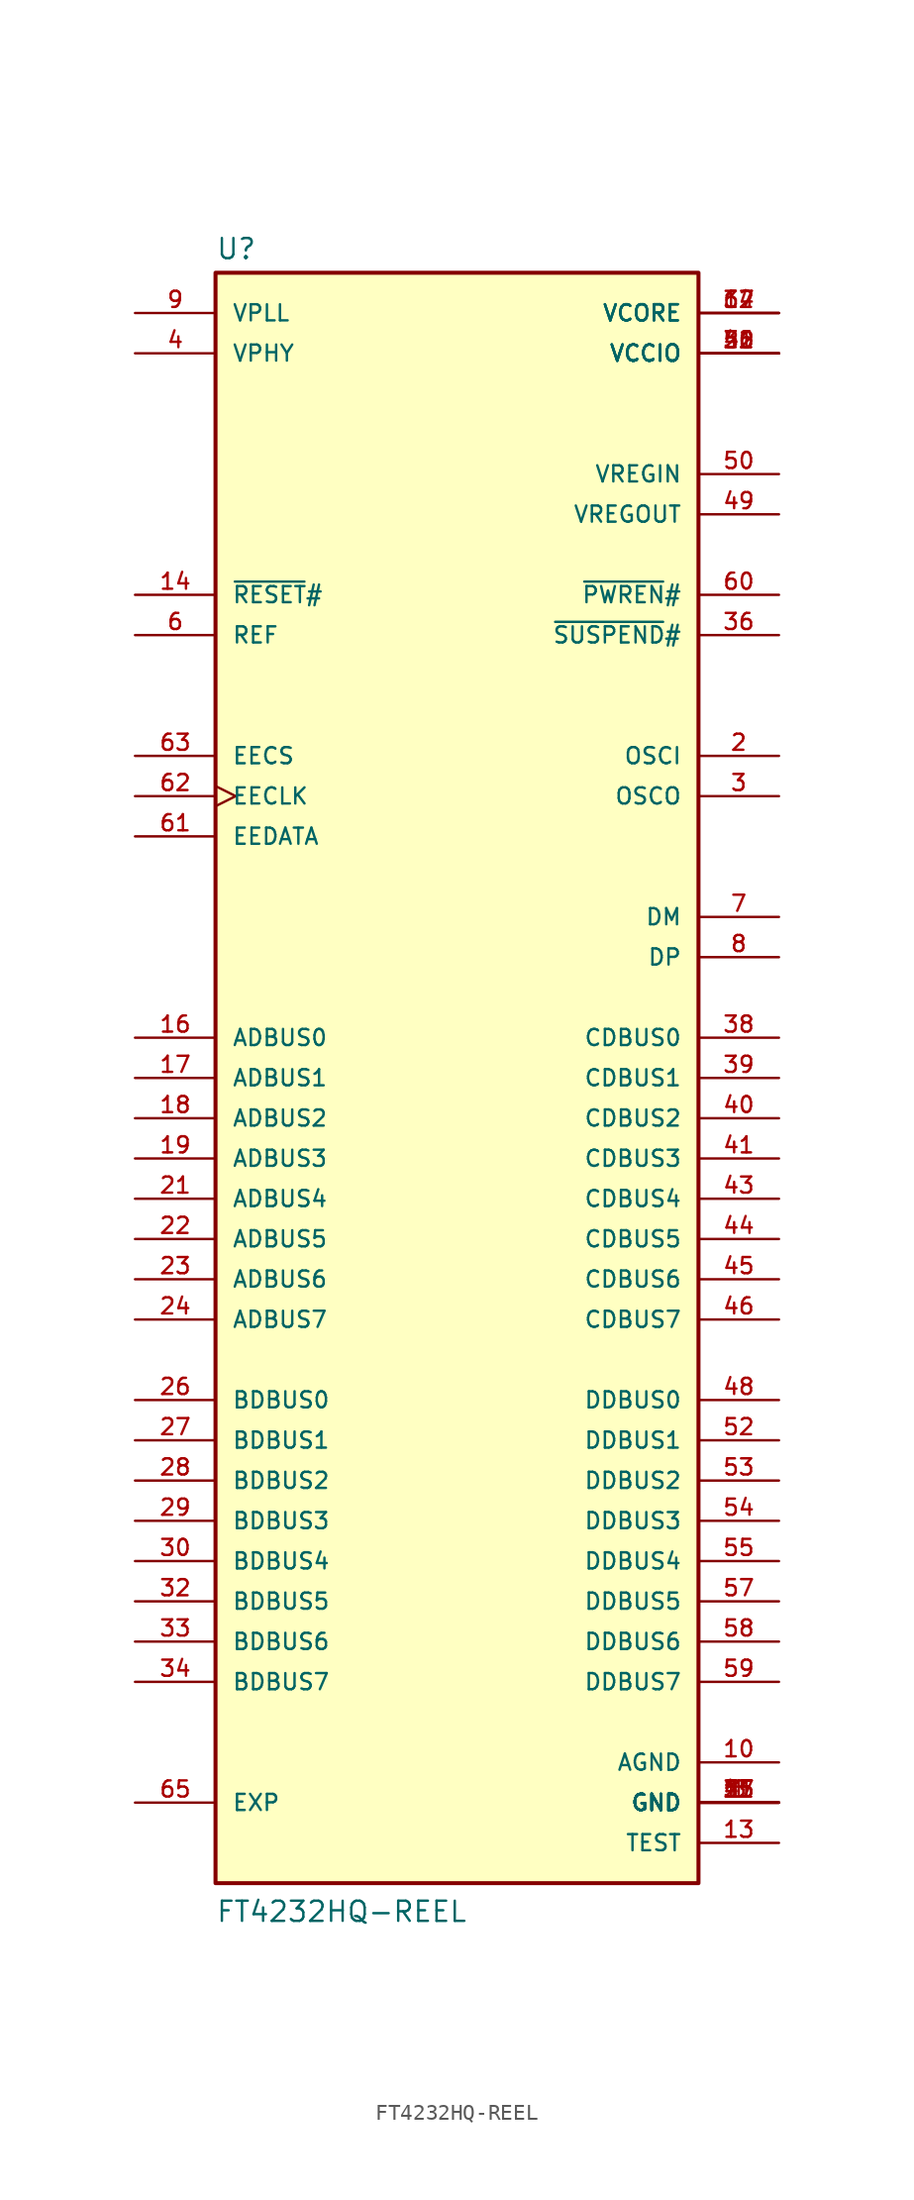
<source format=kicad_sym>
(kicad_symbol_lib
  (version 20241209)
  (generator "kicad_symbol_editor")
  (generator_version "9.0")
  (symbol "FT4232HQ-REEL"
    (pin_names
      (offset 1.016))
    (property "Reference" "U"
      (at -15.24 51.562 0)
      (effects (font (size 1.27 1.27)) (justify left bottom)))
    (property "Value" "FT4232HQ-REEL"
      (at -15.24 -53.34 0)
      (effects (font (size 1.27 1.27)) (justify left bottom)))
    (symbol "FT4232HQ-REEL_0_0"
      (rectangle (start -15.24 -50.8) (end 15.24 50.8) (stroke (width 0.254) (type default)) (fill (type background)))
      (pin power_in line (at -20.32 48.26 0) (length 5.08) (name "VPLL" (effects (font (size 1.016 1.016)))) (number "9" (effects (font (size 1.016 1.016)))))
      (pin power_in line (at -20.32 45.72 0) (length 5.08) (name "VPHY" (effects (font (size 1.016 1.016)))) (number "4" (effects (font (size 1.016 1.016)))))
      (pin input line (at -20.32 30.48 0) (length 5.08) (name "~{RESET}#" (effects (font (size 1.016 1.016)))) (number "14" (effects (font (size 1.016 1.016)))))
      (pin input line (at -20.32 27.94 0) (length 5.08) (name "REF" (effects (font (size 1.016 1.016)))) (number "6" (effects (font (size 1.016 1.016)))))
      (pin bidirectional line (at -20.32 20.32 0) (length 5.08) (name "EECS" (effects (font (size 1.016 1.016)))) (number "63" (effects (font (size 1.016 1.016)))))
      (pin output clock (at -20.32 17.78 0) (length 5.08) (name "EECLK" (effects (font (size 1.016 1.016)))) (number "62" (effects (font (size 1.016 1.016)))))
      (pin bidirectional line (at -20.32 15.24 0) (length 5.08) (name "EEDATA" (effects (font (size 1.016 1.016)))) (number "61" (effects (font (size 1.016 1.016)))))
      (pin bidirectional line (at -20.32 2.54 0) (length 5.08) (name "ADBUS0" (effects (font (size 1.016 1.016)))) (number "16" (effects (font (size 1.016 1.016)))))
      (pin bidirectional line (at -20.32 0 0) (length 5.08) (name "ADBUS1" (effects (font (size 1.016 1.016)))) (number "17" (effects (font (size 1.016 1.016)))))
      (pin bidirectional line (at -20.32 -2.54 0) (length 5.08) (name "ADBUS2" (effects (font (size 1.016 1.016)))) (number "18" (effects (font (size 1.016 1.016)))))
      (pin bidirectional line (at -20.32 -5.08 0) (length 5.08) (name "ADBUS3" (effects (font (size 1.016 1.016)))) (number "19" (effects (font (size 1.016 1.016)))))
      (pin bidirectional line (at -20.32 -7.62 0) (length 5.08) (name "ADBUS4" (effects (font (size 1.016 1.016)))) (number "21" (effects (font (size 1.016 1.016)))))
      (pin bidirectional line (at -20.32 -10.16 0) (length 5.08) (name "ADBUS5" (effects (font (size 1.016 1.016)))) (number "22" (effects (font (size 1.016 1.016)))))
      (pin bidirectional line (at -20.32 -12.7 0) (length 5.08) (name "ADBUS6" (effects (font (size 1.016 1.016)))) (number "23" (effects (font (size 1.016 1.016)))))
      (pin bidirectional line (at -20.32 -15.24 0) (length 5.08) (name "ADBUS7" (effects (font (size 1.016 1.016)))) (number "24" (effects (font (size 1.016 1.016)))))
      (pin bidirectional line (at -20.32 -20.32 0) (length 5.08) (name "BDBUS0" (effects (font (size 1.016 1.016)))) (number "26" (effects (font (size 1.016 1.016)))))
      (pin bidirectional line (at -20.32 -22.86 0) (length 5.08) (name "BDBUS1" (effects (font (size 1.016 1.016)))) (number "27" (effects (font (size 1.016 1.016)))))
      (pin bidirectional line (at -20.32 -25.4 0) (length 5.08) (name "BDBUS2" (effects (font (size 1.016 1.016)))) (number "28" (effects (font (size 1.016 1.016)))))
      (pin bidirectional line (at -20.32 -27.94 0) (length 5.08) (name "BDBUS3" (effects (font (size 1.016 1.016)))) (number "29" (effects (font (size 1.016 1.016)))))
      (pin bidirectional line (at -20.32 -30.48 0) (length 5.08) (name "BDBUS4" (effects (font (size 1.016 1.016)))) (number "30" (effects (font (size 1.016 1.016)))))
      (pin bidirectional line (at -20.32 -33.02 0) (length 5.08) (name "BDBUS5" (effects (font (size 1.016 1.016)))) (number "32" (effects (font (size 1.016 1.016)))))
      (pin bidirectional line (at -20.32 -35.56 0) (length 5.08) (name "BDBUS6" (effects (font (size 1.016 1.016)))) (number "33" (effects (font (size 1.016 1.016)))))
      (pin bidirectional line (at -20.32 -38.1 0) (length 5.08) (name "BDBUS7" (effects (font (size 1.016 1.016)))) (number "34" (effects (font (size 1.016 1.016)))))
      (pin power_in line (at -20.32 -45.72 0) (length 5.08) (name "EXP" (effects (font (size 1.016 1.016)))) (number "65" (effects (font (size 1.016 1.016)))))
      (pin power_in line (at 20.32 48.26 180) (length 5.08) (name "VCORE" (effects (font (size 1.016 1.016)))) (number "12" (effects (font (size 1.016 1.016)))))
      (pin power_in line (at 20.32 48.26 180) (length 5.08) (name "VCORE" (effects (font (size 1.016 1.016)))) (number "37" (effects (font (size 1.016 1.016)))))
      (pin power_in line (at 20.32 48.26 180) (length 5.08) (name "VCORE" (effects (font (size 1.016 1.016)))) (number "64" (effects (font (size 1.016 1.016)))))
      (pin power_in line (at 20.32 45.72 180) (length 5.08) (name "VCCIO" (effects (font (size 1.016 1.016)))) (number "20" (effects (font (size 1.016 1.016)))))
      (pin power_in line (at 20.32 45.72 180) (length 5.08) (name "VCCIO" (effects (font (size 1.016 1.016)))) (number "31" (effects (font (size 1.016 1.016)))))
      (pin power_in line (at 20.32 45.72 180) (length 5.08) (name "VCCIO" (effects (font (size 1.016 1.016)))) (number "42" (effects (font (size 1.016 1.016)))))
      (pin power_in line (at 20.32 45.72 180) (length 5.08) (name "VCCIO" (effects (font (size 1.016 1.016)))) (number "56" (effects (font (size 1.016 1.016)))))
      (pin power_in line (at 20.32 38.1 180) (length 5.08) (name "VREGIN" (effects (font (size 1.016 1.016)))) (number "50" (effects (font (size 1.016 1.016)))))
      (pin power_in line (at 20.32 35.56 180) (length 5.08) (name "VREGOUT" (effects (font (size 1.016 1.016)))) (number "49" (effects (font (size 1.016 1.016)))))
      (pin output line (at 20.32 30.48 180) (length 5.08) (name "~{PWREN}#" (effects (font (size 1.016 1.016)))) (number "60" (effects (font (size 1.016 1.016)))))
      (pin output line (at 20.32 27.94 180) (length 5.08) (name "~{SUSPEND}#" (effects (font (size 1.016 1.016)))) (number "36" (effects (font (size 1.016 1.016)))))
      (pin input line (at 20.32 20.32 180) (length 5.08) (name "OSCI" (effects (font (size 1.016 1.016)))) (number "2" (effects (font (size 1.016 1.016)))))
      (pin output line (at 20.32 17.78 180) (length 5.08) (name "OSCO" (effects (font (size 1.016 1.016)))) (number "3" (effects (font (size 1.016 1.016)))))
      (pin bidirectional line (at 20.32 10.16 180) (length 5.08) (name "DM" (effects (font (size 1.016 1.016)))) (number "7" (effects (font (size 1.016 1.016)))))
      (pin bidirectional line (at 20.32 7.62 180) (length 5.08) (name "DP" (effects (font (size 1.016 1.016)))) (number "8" (effects (font (size 1.016 1.016)))))
      (pin bidirectional line (at 20.32 2.54 180) (length 5.08) (name "CDBUS0" (effects (font (size 1.016 1.016)))) (number "38" (effects (font (size 1.016 1.016)))))
      (pin bidirectional line (at 20.32 0 180) (length 5.08) (name "CDBUS1" (effects (font (size 1.016 1.016)))) (number "39" (effects (font (size 1.016 1.016)))))
      (pin bidirectional line (at 20.32 -2.54 180) (length 5.08) (name "CDBUS2" (effects (font (size 1.016 1.016)))) (number "40" (effects (font (size 1.016 1.016)))))
      (pin bidirectional line (at 20.32 -5.08 180) (length 5.08) (name "CDBUS3" (effects (font (size 1.016 1.016)))) (number "41" (effects (font (size 1.016 1.016)))))
      (pin bidirectional line (at 20.32 -7.62 180) (length 5.08) (name "CDBUS4" (effects (font (size 1.016 1.016)))) (number "43" (effects (font (size 1.016 1.016)))))
      (pin bidirectional line (at 20.32 -10.16 180) (length 5.08) (name "CDBUS5" (effects (font (size 1.016 1.016)))) (number "44" (effects (font (size 1.016 1.016)))))
      (pin bidirectional line (at 20.32 -12.7 180) (length 5.08) (name "CDBUS6" (effects (font (size 1.016 1.016)))) (number "45" (effects (font (size 1.016 1.016)))))
      (pin bidirectional line (at 20.32 -15.24 180) (length 5.08) (name "CDBUS7" (effects (font (size 1.016 1.016)))) (number "46" (effects (font (size 1.016 1.016)))))
      (pin bidirectional line (at 20.32 -20.32 180) (length 5.08) (name "DDBUS0" (effects (font (size 1.016 1.016)))) (number "48" (effects (font (size 1.016 1.016)))))
      (pin bidirectional line (at 20.32 -22.86 180) (length 5.08) (name "DDBUS1" (effects (font (size 1.016 1.016)))) (number "52" (effects (font (size 1.016 1.016)))))
      (pin bidirectional line (at 20.32 -25.4 180) (length 5.08) (name "DDBUS2" (effects (font (size 1.016 1.016)))) (number "53" (effects (font (size 1.016 1.016)))))
      (pin bidirectional line (at 20.32 -27.94 180) (length 5.08) (name "DDBUS3" (effects (font (size 1.016 1.016)))) (number "54" (effects (font (size 1.016 1.016)))))
      (pin bidirectional line (at 20.32 -30.48 180) (length 5.08) (name "DDBUS4" (effects (font (size 1.016 1.016)))) (number "55" (effects (font (size 1.016 1.016)))))
      (pin bidirectional line (at 20.32 -33.02 180) (length 5.08) (name "DDBUS5" (effects (font (size 1.016 1.016)))) (number "57" (effects (font (size 1.016 1.016)))))
      (pin bidirectional line (at 20.32 -35.56 180) (length 5.08) (name "DDBUS6" (effects (font (size 1.016 1.016)))) (number "58" (effects (font (size 1.016 1.016)))))
      (pin bidirectional line (at 20.32 -38.1 180) (length 5.08) (name "DDBUS7" (effects (font (size 1.016 1.016)))) (number "59" (effects (font (size 1.016 1.016)))))
      (pin power_in line (at 20.32 -43.18 180) (length 5.08) (name "AGND" (effects (font (size 1.016 1.016)))) (number "10" (effects (font (size 1.016 1.016)))))
      (pin power_in line (at 20.32 -45.72 180) (length 5.08) (name "GND" (effects (font (size 1.016 1.016)))) (number "1" (effects (font (size 1.016 1.016)))))
      (pin power_in line (at 20.32 -45.72 180) (length 5.08) (name "GND" (effects (font (size 1.016 1.016)))) (number "11" (effects (font (size 1.016 1.016)))))
      (pin power_in line (at 20.32 -45.72 180) (length 5.08) (name "GND" (effects (font (size 1.016 1.016)))) (number "15" (effects (font (size 1.016 1.016)))))
      (pin power_in line (at 20.32 -45.72 180) (length 5.08) (name "GND" (effects (font (size 1.016 1.016)))) (number "25" (effects (font (size 1.016 1.016)))))
      (pin power_in line (at 20.32 -45.72 180) (length 5.08) (name "GND" (effects (font (size 1.016 1.016)))) (number "35" (effects (font (size 1.016 1.016)))))
      (pin power_in line (at 20.32 -45.72 180) (length 5.08) (name "GND" (effects (font (size 1.016 1.016)))) (number "47" (effects (font (size 1.016 1.016)))))
      (pin power_in line (at 20.32 -45.72 180) (length 5.08) (name "GND" (effects (font (size 1.016 1.016)))) (number "5" (effects (font (size 1.016 1.016)))))
      (pin power_in line (at 20.32 -45.72 180) (length 5.08) (name "GND" (effects (font (size 1.016 1.016)))) (number "51" (effects (font (size 1.016 1.016)))))
      (pin input line (at 20.32 -48.26 180) (length 5.08) (name "TEST" (effects (font (size 1.016 1.016)))) (number "13" (effects (font (size 1.016 1.016))))))))
</source>
